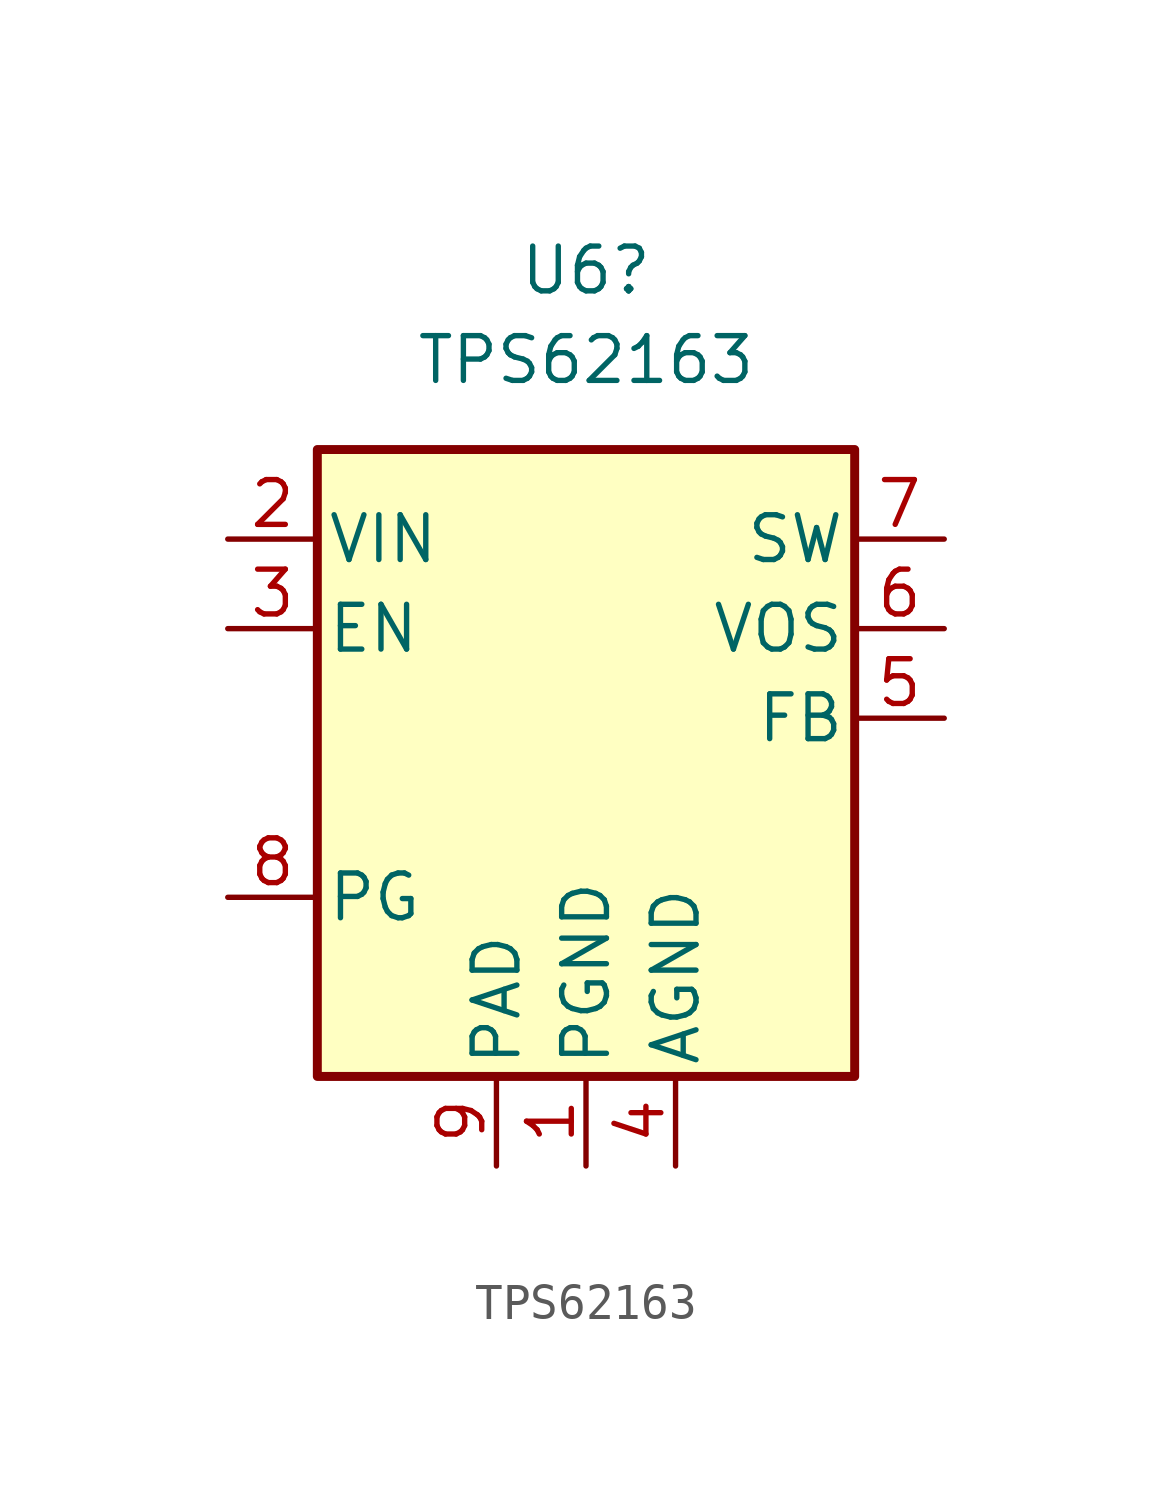
<source format=kicad_sym>
(kicad_symbol_lib
  (version 20241209)
  (generator "kicad_symbol_editor")
  (generator_version "9.0")
  (symbol "TPS62163"
    (pin_names
      (offset 0.254))
    (property "Reference" "U6"
      (at 0 15.24 0)
      (effects (font (size 1.27 1.27))))
    (property "Value" "TPS62163"
      (at 0 12.7 0)
      (effects (font (size 1.27 1.27))))
    (symbol "TPS62163_0_1"
      (rectangle (start -7.62 10.16) (end 7.62 -7.62) (stroke (width 0.254) (type default)) (fill (type background))))
    (symbol "TPS62163_1_1"
      (pin power_in line (at -10.16 7.62 0) (length 2.54) (name "VIN" (effects (font (size 1.27 1.27)))) (number "2" (effects (font (size 1.27 1.27)))))
      (pin input line (at -10.16 5.08 0) (length 2.54) (name "EN" (effects (font (size 1.27 1.27)))) (number "3" (effects (font (size 1.27 1.27)))))
      (pin open_collector line (at -10.16 -2.54 0) (length 2.54) (name "PG" (effects (font (size 1.27 1.27)))) (number "8" (effects (font (size 1.27 1.27)))))
      (pin power_in line (at -2.54 -10.16 90) (length 2.54) (name "PAD" (effects (font (size 1.27 1.27)))) (number "9" (effects (font (size 1.27 1.27)))))
      (pin power_in line (at 0 -10.16 90) (length 2.54) (name "PGND" (effects (font (size 1.27 1.27)))) (number "1" (effects (font (size 1.27 1.27)))))
      (pin power_in line (at 2.54 -10.16 90) (length 2.54) (name "AGND" (effects (font (size 1.27 1.27)))) (number "4" (effects (font (size 1.27 1.27)))))
      (pin output line (at 10.16 7.62 180) (length 2.54) (name "SW" (effects (font (size 1.27 1.27)))) (number "7" (effects (font (size 1.27 1.27)))))
      (pin input line (at 10.16 5.08 180) (length 2.54) (name "VOS" (effects (font (size 1.27 1.27)))) (number "6" (effects (font (size 1.27 1.27)))))
      (pin input line (at 10.16 2.54 180) (length 2.54) (name "FB" (effects (font (size 1.27 1.27)))) (number "5" (effects (font (size 1.27 1.27))))))))
</source>
